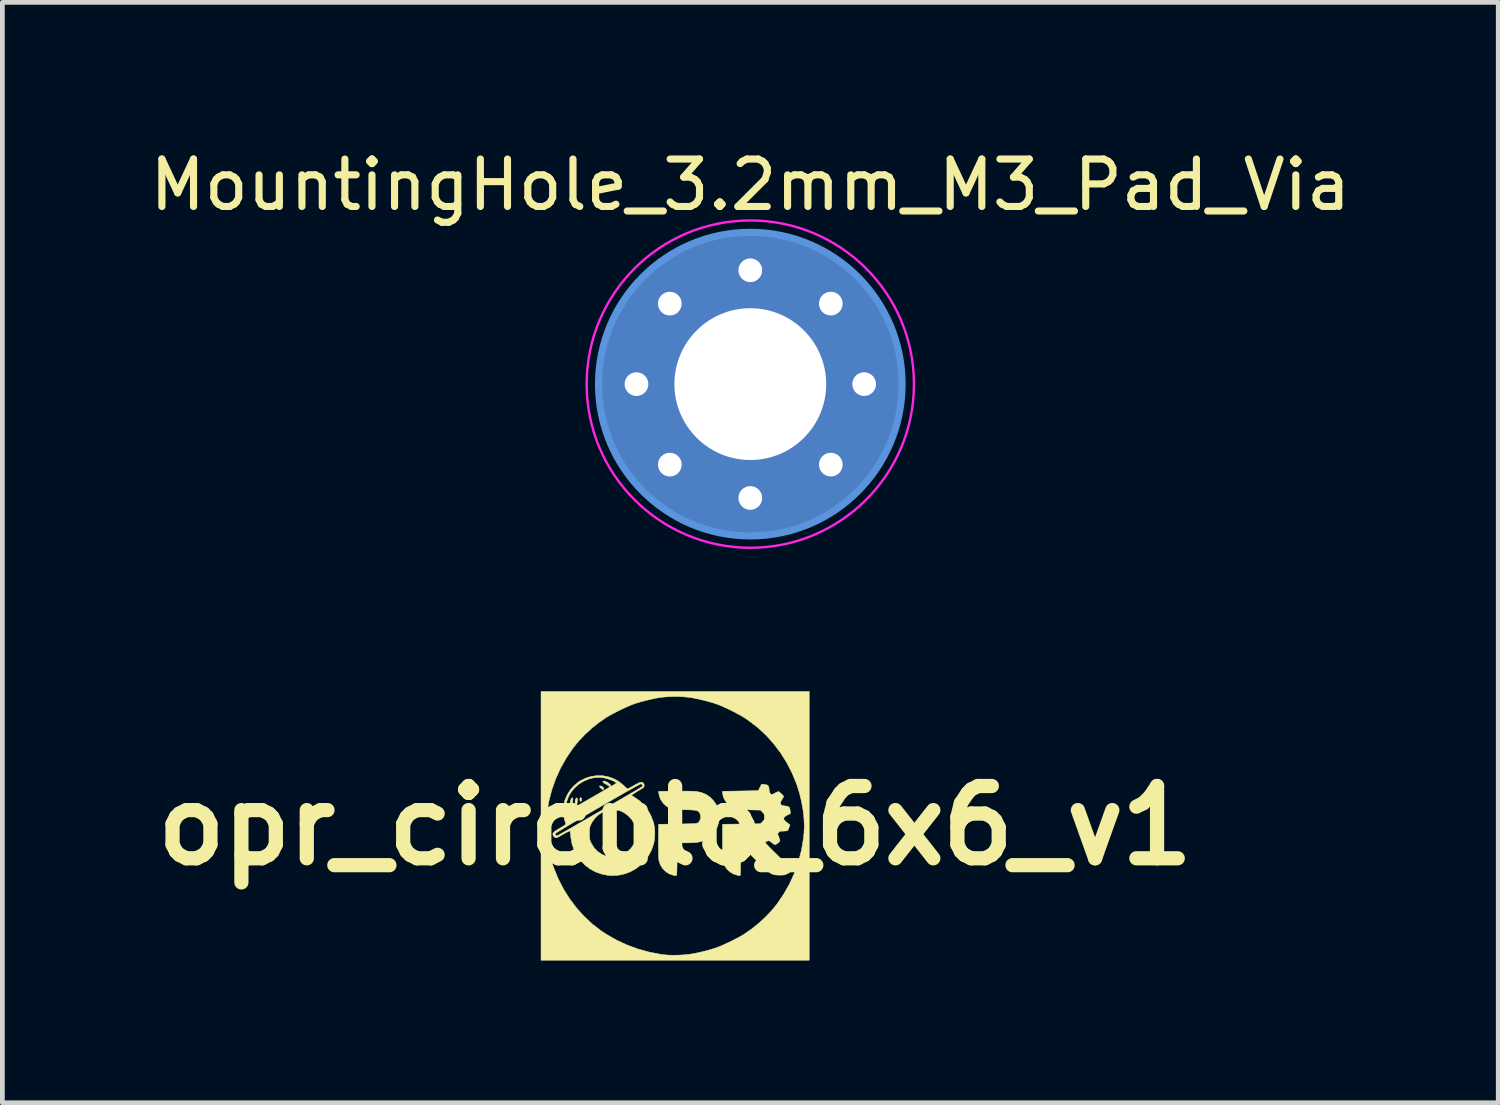
<source format=kicad_pcb>
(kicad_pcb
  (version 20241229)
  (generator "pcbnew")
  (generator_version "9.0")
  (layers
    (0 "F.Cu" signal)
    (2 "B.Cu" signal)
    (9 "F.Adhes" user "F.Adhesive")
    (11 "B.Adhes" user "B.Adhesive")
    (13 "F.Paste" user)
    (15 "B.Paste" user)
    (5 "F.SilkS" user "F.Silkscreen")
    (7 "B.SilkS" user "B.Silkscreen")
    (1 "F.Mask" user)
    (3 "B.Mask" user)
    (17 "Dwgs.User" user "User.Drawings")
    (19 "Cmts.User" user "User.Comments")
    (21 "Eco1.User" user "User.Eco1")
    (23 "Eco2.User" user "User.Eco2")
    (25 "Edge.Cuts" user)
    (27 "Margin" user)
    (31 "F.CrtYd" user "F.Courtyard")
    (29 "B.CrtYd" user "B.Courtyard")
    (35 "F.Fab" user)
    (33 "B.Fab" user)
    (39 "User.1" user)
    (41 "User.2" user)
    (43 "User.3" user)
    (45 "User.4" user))
  (footprint "MountingHole_3.2mm_M3_Pad_Via"
    (layer "F.Cu")
    (at 12.768 5.048)
    (property "Reference" "MountingHole_3.2mm_M3_Pad_Via" (at 0 -4.2 0) (layer "F.SilkS") (effects (font (size 1 1) (thickness 0.15))))
    (attr through_hole)
    (fp_circle (center 0 0) (end 3.2 0) (stroke (width 0.15) (type solid)) (fill no) (layer "Cmts.User"))
    (fp_circle (center 0 0) (end 3.45 0) (stroke (width 0.05) (type solid)) (fill no) (layer "F.CrtYd"))
    (pad "" thru_hole circle (at -2.4 0) (size 0.6 0.6) (drill 0.5) (layers "*.Cu" "*.Mask"))
    (pad "" thru_hole circle (at -1.697 -1.697) (size 0.6 0.6) (drill 0.5) (layers "*.Cu" "*.Mask"))
    (pad "" thru_hole circle (at -1.697 1.697) (size 0.6 0.6) (drill 0.5) (layers "*.Cu" "*.Mask"))
    (pad "" thru_hole circle (at 0 -2.4) (size 0.6 0.6) (drill 0.5) (layers "*.Cu" "*.Mask"))
    (pad "" thru_hole circle (at 0 2.4) (size 0.6 0.6) (drill 0.5) (layers "*.Cu" "*.Mask"))
    (pad "" thru_hole circle (at 1.697 -1.697) (size 0.6 0.6) (drill 0.5) (layers "*.Cu" "*.Mask"))
    (pad "" thru_hole circle (at 1.697 1.697) (size 0.6 0.6) (drill 0.5) (layers "*.Cu" "*.Mask"))
    (pad "" thru_hole circle (at 2.4 0) (size 0.6 0.6) (drill 0.5) (layers "*.Cu" "*.Mask"))
    (pad "1" thru_hole circle (at 0 0) (size 6.4 6.4) (drill 3.2) (layers "*.Cu" "*.Mask")))
  (footprint "opr_circulo_6x6_v1"
    (layer "F.Cu")
    (at 11.183 14.355)
    (property "Reference" "opr_circulo_6x6_v1" (at 0 0 0) (layer "F.SilkS") (effects (font (size 1.524 1.524) (thickness 0.3))))
    (attr through_hole)
    (fp_poly (pts (xy -1.975 -0.582) (xy -1.971 -0.555) (xy -1.971 -0.553) (xy -1.976 -0.526) (xy -1.986 -0.511) (xy -1.998 -0.511) (xy -2.005 -0.523) (xy -2.01 -0.55) (xy -2.005 -0.575) (xy -1.993 -0.59) (xy -1.988 -0.591) (xy -1.975 -0.582)) (stroke (width 0.01) (type solid)) (fill yes) (layer "F.SilkS"))
    (fp_poly (pts (xy -1.538 -0.823) (xy -1.517 -0.804) (xy -1.505 -0.782) (xy -1.508 -0.763) (xy -1.51 -0.76) (xy -1.525 -0.759) (xy -1.549 -0.775) (xy -1.564 -0.788) (xy -1.588 -0.811) (xy -1.597 -0.824) (xy -1.592 -0.832) (xy -1.587 -0.834) (xy -1.563 -0.835) (xy -1.538 -0.823)) (stroke (width 0.01) (type solid)) (fill yes) (layer "F.SilkS"))
    (fp_poly (pts (xy -2.066 -0.579) (xy -2.06 -0.563) (xy -2.059 -0.533) (xy -2.062 -0.499) (xy -2.067 -0.466) (xy -2.074 -0.44) (xy -2.083 -0.431) (xy -2.096 -0.44) (xy -2.105 -0.459) (xy -2.109 -0.492) (xy -2.106 -0.526) (xy -2.098 -0.556) (xy -2.087 -0.577) (xy -2.073 -0.584) (xy -2.066 -0.579)) (stroke (width 0.01) (type solid)) (fill yes) (layer "F.SilkS"))
    (fp_poly (pts (xy -2.158 -0.577) (xy -2.156 -0.557) (xy -2.159 -0.52) (xy -2.164 -0.486) (xy -2.173 -0.436) (xy -2.181 -0.405) (xy -2.19 -0.392) (xy -2.2 -0.394) (xy -2.209 -0.403) (xy -2.214 -0.422) (xy -2.214 -0.455) (xy -2.21 -0.494) (xy -2.202 -0.533) (xy -2.192 -0.564) (xy -2.181 -0.581) (xy -2.179 -0.582) (xy -2.165 -0.585) (xy -2.158 -0.577)) (stroke (width 0.01) (type solid)) (fill yes) (layer "F.SilkS"))
    (fp_poly (pts (xy 0.204 -0.727) (xy 0.289 -0.726) (xy 0.361 -0.724) (xy 0.417 -0.721) (xy 0.455 -0.719) (xy 0.458 -0.718) (xy 0.563 -0.694) (xy 0.658 -0.653) (xy 0.74 -0.596) (xy 0.809 -0.525) (xy 0.865 -0.444) (xy 0.904 -0.355) (xy 0.927 -0.259) (xy 0.931 -0.16) (xy 0.917 -0.058) (xy 0.882 0.043) (xy 0.877 0.052) (xy 0.821 0.144) (xy 0.748 0.223) (xy 0.661 0.285) (xy 0.629 0.302) (xy 0.582 0.323) (xy 0.534 0.339) (xy 0.482 0.35) (xy 0.422 0.358) (xy 0.35 0.362) (xy 0.261 0.364) (xy 0.224 0.364) (xy 0.044 0.364) (xy 0.042 0.709) (xy 0.04 0.813) (xy 0.039 0.899) (xy 0.036 0.968) (xy 0.034 1.018) (xy 0.031 1.047) (xy 0.028 1.055) (xy 0.011 1.055) (xy -0.019 1.051) (xy -0.032 1.048) (xy -0.117 1.021) (xy -0.192 0.975) (xy -0.256 0.913) (xy -0.305 0.839) (xy -0.337 0.753) (xy -0.343 0.728) (xy -0.345 0.7) (xy -0.348 0.652) (xy -0.35 0.589) (xy -0.351 0.512) (xy -0.351 0.424) (xy -0.351 0.328) (xy -0.351 0.32) (xy -0.348 -0.028) (xy 0.05 -0.033) (xy 0.162 -0.035) (xy 0.255 -0.037) (xy 0.328 -0.039) (xy 0.385 -0.042) (xy 0.426 -0.044) (xy 0.454 -0.048) (xy 0.47 -0.052) (xy 0.473 -0.053) (xy 0.508 -0.085) (xy 0.531 -0.13) (xy 0.54 -0.181) (xy 0.533 -0.232) (xy 0.519 -0.262) (xy 0.506 -0.282) (xy 0.49 -0.298) (xy 0.471 -0.31) (xy 0.444 -0.319) (xy 0.407 -0.325) (xy 0.356 -0.329) (xy 0.29 -0.332) (xy 0.205 -0.334) (xy 0.199 -0.334) (xy 0.111 -0.336) (xy 0.041 -0.339) (xy -0.013 -0.343) (xy -0.056 -0.35) (xy -0.091 -0.359) (xy -0.122 -0.372) (xy -0.153 -0.389) (xy -0.183 -0.409) (xy -0.245 -0.464) (xy -0.295 -0.534) (xy -0.33 -0.612) (xy -0.345 -0.685) (xy -0.348 -0.723) (xy 0.011 -0.727) (xy 0.111 -0.727) (xy 0.204 -0.727)) (stroke (width 0.01) (type solid)) (fill yes) (layer "F.SilkS"))
    (fp_poly (pts (xy 2.827 2.838) (xy -2.827 2.838) (xy -2.827 0.005) (xy -2.723 0.005) (xy -2.716 0.167) (xy -2.697 0.337) (xy -2.666 0.511) (xy -2.625 0.684) (xy -2.573 0.851) (xy -2.56 0.889) (xy -2.466 1.119) (xy -2.354 1.337) (xy -2.225 1.542) (xy -2.08 1.735) (xy -1.921 1.912) (xy -1.748 2.074) (xy -1.561 2.218) (xy -1.451 2.291) (xy -1.239 2.412) (xy -1.016 2.516) (xy -0.784 2.601) (xy -0.546 2.667) (xy -0.307 2.713) (xy -0.193 2.727) (xy -0.112 2.732) (xy -0.016 2.733) (xy 0.088 2.731) (xy 0.193 2.724) (xy 0.292 2.714) (xy 0.323 2.71) (xy 0.412 2.695) (xy 0.514 2.674) (xy 0.621 2.648) (xy 0.727 2.619) (xy 0.824 2.59) (xy 0.89 2.568) (xy 0.959 2.54) (xy 1.041 2.504) (xy 1.131 2.462) (xy 1.222 2.417) (xy 1.31 2.372) (xy 1.388 2.329) (xy 1.451 2.292) (xy 1.607 2.184) (xy 1.759 2.062) (xy 1.903 1.931) (xy 2.034 1.793) (xy 2.145 1.657) (xy 2.29 1.444) (xy 2.415 1.223) (xy 2.518 0.996) (xy 2.601 0.76) (xy 2.664 0.517) (xy 2.706 0.265) (xy 2.717 0.155) (xy 2.723 0.006) (xy 2.716 -0.156) (xy 2.697 -0.326) (xy 2.666 -0.5) (xy 2.625 -0.673) (xy 2.573 -0.84) (xy 2.56 -0.878) (xy 2.465 -1.109) (xy 2.352 -1.328) (xy 2.223 -1.534) (xy 2.077 -1.727) (xy 1.917 -1.905) (xy 1.741 -2.068) (xy 1.552 -2.213) (xy 1.451 -2.281) (xy 1.388 -2.318) (xy 1.309 -2.361) (xy 1.222 -2.407) (xy 1.13 -2.452) (xy 1.041 -2.494) (xy 0.959 -2.53) (xy 0.89 -2.557) (xy 0.804 -2.586) (xy 0.703 -2.615) (xy 0.595 -2.643) (xy 0.485 -2.669) (xy 0.382 -2.69) (xy 0.315 -2.701) (xy 0.205 -2.713) (xy 0.081 -2.72) (xy -0.047 -2.72) (xy -0.173 -2.715) (xy -0.287 -2.705) (xy -0.315 -2.701) (xy -0.409 -2.685) (xy -0.514 -2.662) (xy -0.624 -2.636) (xy -0.731 -2.607) (xy -0.829 -2.578) (xy -0.89 -2.557) (xy -0.959 -2.529) (xy -1.041 -2.493) (xy -1.131 -2.451) (xy -1.222 -2.406) (xy -1.31 -2.361) (xy -1.388 -2.318) (xy -1.451 -2.281) (xy -1.607 -2.173) (xy -1.759 -2.051) (xy -1.903 -1.92) (xy -2.034 -1.782) (xy -2.145 -1.645) (xy -2.29 -1.433) (xy -2.415 -1.212) (xy -2.518 -0.984) (xy -2.601 -0.749) (xy -2.664 -0.506) (xy -2.706 -0.254) (xy -2.717 -0.144) (xy -2.723 0.005) (xy -2.827 0.005) (xy -2.827 -2.827) (xy 2.827 -2.827) (xy 2.827 2.838)) (stroke (width 0.01) (type solid)) (fill yes) (layer "F.SilkS"))
    (fp_poly (pts (xy 1.871 -0.869) (xy 1.919 -0.861) (xy 1.949 -0.851) (xy 1.967 -0.833) (xy 1.976 -0.805) (xy 1.981 -0.763) (xy 1.987 -0.72) (xy 1.994 -0.693) (xy 2.005 -0.676) (xy 2.016 -0.667) (xy 2.032 -0.658) (xy 2.047 -0.657) (xy 2.067 -0.664) (xy 2.1 -0.682) (xy 2.103 -0.684) (xy 2.137 -0.702) (xy 2.165 -0.714) (xy 2.179 -0.718) (xy 2.193 -0.71) (xy 2.218 -0.691) (xy 2.242 -0.668) (xy 2.291 -0.618) (xy 2.271 -0.582) (xy 2.252 -0.548) (xy 2.233 -0.517) (xy 2.233 -0.517) (xy 2.221 -0.486) (xy 2.226 -0.456) (xy 2.234 -0.44) (xy 2.246 -0.429) (xy 2.268 -0.422) (xy 2.305 -0.416) (xy 2.317 -0.414) (xy 2.364 -0.407) (xy 2.393 -0.396) (xy 2.41 -0.379) (xy 2.419 -0.349) (xy 2.425 -0.312) (xy 2.432 -0.256) (xy 2.366 -0.222) (xy 2.319 -0.194) (xy 2.294 -0.167) (xy 2.289 -0.14) (xy 2.305 -0.111) (xy 2.322 -0.094) (xy 2.353 -0.067) (xy 2.384 -0.043) (xy 2.391 -0.038) (xy 2.422 -0.016) (xy 2.402 0.039) (xy 2.389 0.072) (xy 2.377 0.097) (xy 2.372 0.105) (xy 2.357 0.11) (xy 2.326 0.114) (xy 2.286 0.116) (xy 2.284 0.116) (xy 2.242 0.117) (xy 2.216 0.12) (xy 2.2 0.128) (xy 2.186 0.143) (xy 2.184 0.146) (xy 2.161 0.176) (xy 2.185 0.238) (xy 2.198 0.275) (xy 2.206 0.305) (xy 2.209 0.319) (xy 2.2 0.337) (xy 2.179 0.358) (xy 2.152 0.379) (xy 2.124 0.396) (xy 2.102 0.403) (xy 2.096 0.402) (xy 2.079 0.39) (xy 2.053 0.37) (xy 2.036 0.357) (xy 2.007 0.336) (xy 1.983 0.323) (xy 1.973 0.32) (xy 1.947 0.325) (xy 1.92 0.337) (xy 1.903 0.352) (xy 1.899 0.36) (xy 1.907 0.37) (xy 1.929 0.395) (xy 1.963 0.43) (xy 2.008 0.476) (xy 2.061 0.53) (xy 2.122 0.589) (xy 2.182 0.648) (xy 2.264 0.728) (xy 2.33 0.794) (xy 2.382 0.847) (xy 2.42 0.888) (xy 2.445 0.917) (xy 2.458 0.936) (xy 2.46 0.943) (xy 2.448 0.961) (xy 2.419 0.984) (xy 2.385 1.004) (xy 2.351 1.022) (xy 2.324 1.034) (xy 2.296 1.04) (xy 2.262 1.043) (xy 2.214 1.044) (xy 2.203 1.044) (xy 2.16 1.043) (xy 2.123 1.041) (xy 2.089 1.036) (xy 2.057 1.026) (xy 2.024 1.01) (xy 1.989 0.988) (xy 1.948 0.956) (xy 1.901 0.915) (xy 1.845 0.863) (xy 1.777 0.797) (xy 1.697 0.718) (xy 1.678 0.699) (xy 1.613 0.635) (xy 1.552 0.577) (xy 1.499 0.526) (xy 1.454 0.483) (xy 1.419 0.452) (xy 1.397 0.432) (xy 1.388 0.427) (xy 1.386 0.44) (xy 1.384 0.471) (xy 1.383 0.519) (xy 1.382 0.581) (xy 1.381 0.653) (xy 1.38 0.732) (xy 1.38 0.741) (xy 1.38 0.821) (xy 1.379 0.894) (xy 1.378 0.956) (xy 1.376 1.005) (xy 1.375 1.038) (xy 1.372 1.052) (xy 1.372 1.052) (xy 1.357 1.053) (xy 1.329 1.05) (xy 1.315 1.047) (xy 1.231 1.021) (xy 1.155 0.976) (xy 1.089 0.914) (xy 1.038 0.837) (xy 1.029 0.819) (xy 0.999 0.756) (xy 0.999 -0.028) (xy 1.4 -0.033) (xy 1.8 -0.039) (xy 1.841 -0.08) (xy 1.866 -0.107) (xy 1.878 -0.13) (xy 1.883 -0.16) (xy 1.883 -0.182) (xy 1.881 -0.219) (xy 1.874 -0.245) (xy 1.857 -0.268) (xy 1.841 -0.284) (xy 1.8 -0.326) (xy 1.554 -0.332) (xy 1.472 -0.334) (xy 1.409 -0.337) (xy 1.36 -0.34) (xy 1.323 -0.343) (xy 1.295 -0.348) (xy 1.271 -0.354) (xy 1.248 -0.362) (xy 1.246 -0.363) (xy 1.179 -0.399) (xy 1.118 -0.449) (xy 1.066 -0.509) (xy 1.028 -0.575) (xy 1.006 -0.643) (xy 1.002 -0.674) (xy 0.999 -0.723) (xy 1.375 -0.729) (xy 1.464 -0.731) (xy 1.545 -0.732) (xy 1.617 -0.734) (xy 1.676 -0.735) (xy 1.72 -0.736) (xy 1.746 -0.737) (xy 1.753 -0.738) (xy 1.759 -0.748) (xy 1.772 -0.773) (xy 1.789 -0.806) (xy 1.79 -0.808) (xy 1.824 -0.875) (xy 1.871 -0.869)) (stroke (width 0.01) (type solid)) (fill yes) (layer "F.SilkS"))
    (fp_poly (pts (xy -1.527 -1.051) (xy -1.408 -1.029) (xy -1.294 -0.988) (xy -1.188 -0.929) (xy -1.091 -0.851) (xy -1.088 -0.848) (xy -1.054 -0.816) (xy -1.026 -0.791) (xy -1.007 -0.776) (xy -1.002 -0.773) (xy -0.99 -0.778) (xy -0.962 -0.793) (xy -0.923 -0.814) (xy -0.877 -0.84) (xy -0.869 -0.845) (xy -0.807 -0.879) (xy -0.76 -0.902) (xy -0.724 -0.913) (xy -0.698 -0.914) (xy -0.678 -0.905) (xy -0.67 -0.896) (xy -0.655 -0.867) (xy -0.653 -0.833) (xy -0.66 -0.81) (xy -0.672 -0.8) (xy -0.7 -0.781) (xy -0.738 -0.757) (xy -0.785 -0.729) (xy -0.792 -0.724) (xy -0.839 -0.696) (xy -0.877 -0.671) (xy -0.904 -0.653) (xy -0.916 -0.642) (xy -0.917 -0.641) (xy -0.908 -0.631) (xy -0.885 -0.614) (xy -0.859 -0.598) (xy -0.753 -0.526) (xy -0.659 -0.435) (xy -0.578 -0.33) (xy -0.512 -0.213) (xy -0.463 -0.087) (xy -0.452 -0.05) (xy -0.435 0.042) (xy -0.428 0.144) (xy -0.431 0.248) (xy -0.444 0.345) (xy -0.452 0.381) (xy -0.497 0.512) (xy -0.56 0.632) (xy -0.638 0.74) (xy -0.731 0.834) (xy -0.835 0.913) (xy -0.95 0.976) (xy -1.073 1.021) (xy -1.203 1.048) (xy -1.338 1.054) (xy -1.417 1.049) (xy -1.552 1.022) (xy -1.679 0.976) (xy -1.795 0.913) (xy -1.9 0.833) (xy -1.992 0.739) (xy -2.069 0.632) (xy -2.13 0.514) (xy -2.174 0.386) (xy -2.198 0.25) (xy -2.202 0.208) (xy -2.205 0.166) (xy -1.806 0.166) (xy -1.805 0.222) (xy -1.804 0.261) (xy -1.799 0.292) (xy -1.791 0.319) (xy -1.778 0.349) (xy -1.765 0.376) (xy -1.708 0.469) (xy -1.635 0.545) (xy -1.548 0.605) (xy -1.463 0.643) (xy -1.427 0.654) (xy -1.386 0.659) (xy -1.334 0.661) (xy -1.297 0.66) (xy -1.243 0.658) (xy -1.204 0.654) (xy -1.172 0.646) (xy -1.139 0.633) (xy -1.103 0.616) (xy -1.015 0.561) (xy -0.939 0.489) (xy -0.878 0.405) (xy -0.858 0.368) (xy -0.843 0.334) (xy -0.833 0.306) (xy -0.827 0.277) (xy -0.824 0.242) (xy -0.823 0.194) (xy -0.823 0.165) (xy -0.823 0.11) (xy -0.825 0.07) (xy -0.829 0.04) (xy -0.837 0.012) (xy -0.85 -0.018) (xy -0.864 -0.045) (xy -0.919 -0.133) (xy -0.991 -0.21) (xy -1.075 -0.271) (xy -1.112 -0.29) (xy -1.146 -0.306) (xy -1.174 -0.316) (xy -1.203 -0.322) (xy -1.238 -0.325) (xy -1.286 -0.326) (xy -1.315 -0.326) (xy -1.37 -0.326) (xy -1.41 -0.324) (xy -1.44 -0.32) (xy -1.467 -0.311) (xy -1.498 -0.298) (xy -1.525 -0.285) (xy -1.613 -0.23) (xy -1.689 -0.158) (xy -1.75 -0.074) (xy -1.77 -0.036) (xy -1.786 -0.002) (xy -1.796 0.026) (xy -1.802 0.054) (xy -1.805 0.09) (xy -1.806 0.138) (xy -1.806 0.166) (xy -2.205 0.166) (xy -2.205 0.166) (xy -2.211 0.133) (xy -2.217 0.114) (xy -2.219 0.113) (xy -2.232 0.116) (xy -2.261 0.13) (xy -2.301 0.15) (xy -2.349 0.176) (xy -2.369 0.188) (xy -2.423 0.219) (xy -2.462 0.24) (xy -2.488 0.252) (xy -2.506 0.258) (xy -2.519 0.257) (xy -2.53 0.252) (xy -2.535 0.249) (xy -2.56 0.225) (xy -2.574 0.202) (xy -2.579 0.18) (xy -2.576 0.169) (xy -2.527 0.169) (xy -2.524 0.194) (xy -2.509 0.212) (xy -2.488 0.216) (xy -2.486 0.215) (xy -2.474 0.209) (xy -2.444 0.192) (xy -2.398 0.166) (xy -2.337 0.131) (xy -2.262 0.089) (xy -2.175 0.039) (xy -2.078 -0.017) (xy -1.97 -0.079) (xy -1.855 -0.145) (xy -1.733 -0.216) (xy -1.605 -0.289) (xy -1.596 -0.295) (xy -1.468 -0.368) (xy -1.345 -0.44) (xy -1.229 -0.507) (xy -1.12 -0.57) (xy -1.021 -0.628) (xy -0.933 -0.68) (xy -0.857 -0.724) (xy -0.794 -0.761) (xy -0.747 -0.79) (xy -0.715 -0.809) (xy -0.702 -0.818) (xy -0.701 -0.819) (xy -0.687 -0.838) (xy -0.69 -0.856) (xy -0.692 -0.859) (xy -0.709 -0.876) (xy -0.719 -0.881) (xy -0.732 -0.876) (xy -0.761 -0.861) (xy -0.807 -0.837) (xy -0.867 -0.804) (xy -0.939 -0.763) (xy -1.022 -0.717) (xy -1.114 -0.664) (xy -1.214 -0.607) (xy -1.32 -0.546) (xy -1.43 -0.483) (xy -1.543 -0.417) (xy -1.657 -0.351) (xy -1.771 -0.285) (xy -1.882 -0.22) (xy -1.99 -0.157) (xy -2.092 -0.096) (xy -2.188 -0.04) (xy -2.275 0.012) (xy -2.352 0.058) (xy -2.416 0.097) (xy -2.468 0.129) (xy -2.504 0.152) (xy -2.524 0.166) (xy -2.527 0.169) (xy -2.576 0.169) (xy -2.573 0.16) (xy -2.555 0.138) (xy -2.524 0.112) (xy -2.476 0.082) (xy -2.424 0.051) (xy -2.372 0.02) (xy -2.333 -0.005) (xy -2.31 -0.024) (xy -2.305 -0.034) (xy -2.309 -0.053) (xy -2.319 -0.084) (xy -2.324 -0.097) (xy -2.353 -0.206) (xy -2.361 -0.318) (xy -2.359 -0.336) (xy -2.308 -0.336) (xy -2.305 -0.304) (xy -2.299 -0.288) (xy -2.297 -0.287) (xy -2.285 -0.292) (xy -2.256 -0.308) (xy -2.212 -0.332) (xy -2.155 -0.364) (xy -2.086 -0.403) (xy -2.008 -0.447) (xy -1.922 -0.496) (xy -1.841 -0.543) (xy -1.75 -0.595) (xy -1.665 -0.644) (xy -1.588 -0.689) (xy -1.521 -0.728) (xy -1.465 -0.761) (xy -1.422 -0.786) (xy -1.395 -0.802) (xy -1.386 -0.808) (xy -1.385 -0.821) (xy -1.402 -0.84) (xy -1.434 -0.862) (xy -1.477 -0.884) (xy -1.477 -0.884) (xy -1.506 -0.901) (xy -1.522 -0.918) (xy -1.522 -0.932) (xy -1.505 -0.939) (xy -1.501 -0.939) (xy -1.47 -0.932) (xy -1.434 -0.916) (xy -1.4 -0.893) (xy -1.373 -0.869) (xy -1.359 -0.846) (xy -1.358 -0.842) (xy -1.355 -0.832) (xy -1.343 -0.833) (xy -1.319 -0.844) (xy -1.28 -0.868) (xy -1.233 -0.897) (xy -1.26 -0.918) (xy -1.292 -0.936) (xy -1.339 -0.957) (xy -1.396 -0.977) (xy -1.454 -0.995) (xy -1.501 -1.006) (xy -1.612 -1.017) (xy -1.722 -1.007) (xy -1.83 -0.979) (xy -1.933 -0.934) (xy -2.029 -0.874) (xy -2.114 -0.8) (xy -2.186 -0.715) (xy -2.244 -0.618) (xy -2.283 -0.514) (xy -2.292 -0.479) (xy -2.301 -0.428) (xy -2.306 -0.379) (xy -2.308 -0.336) (xy -2.359 -0.336) (xy -2.35 -0.431) (xy -2.321 -0.542) (xy -2.275 -0.649) (xy -2.213 -0.748) (xy -2.135 -0.838) (xy -2.044 -0.915) (xy -2 -0.943) (xy -1.887 -1) (xy -1.769 -1.036) (xy -1.648 -1.053) (xy -1.527 -1.051)) (stroke (width 0.01) (type solid)) (fill yes) (layer "F.SilkS")))
  (gr_rect
    (start -3 -3)
    (end 28.536 20.199)
    (stroke (width 0.1) (type default))
    (fill no)
    (layer "Edge.Cuts")))
</source>
